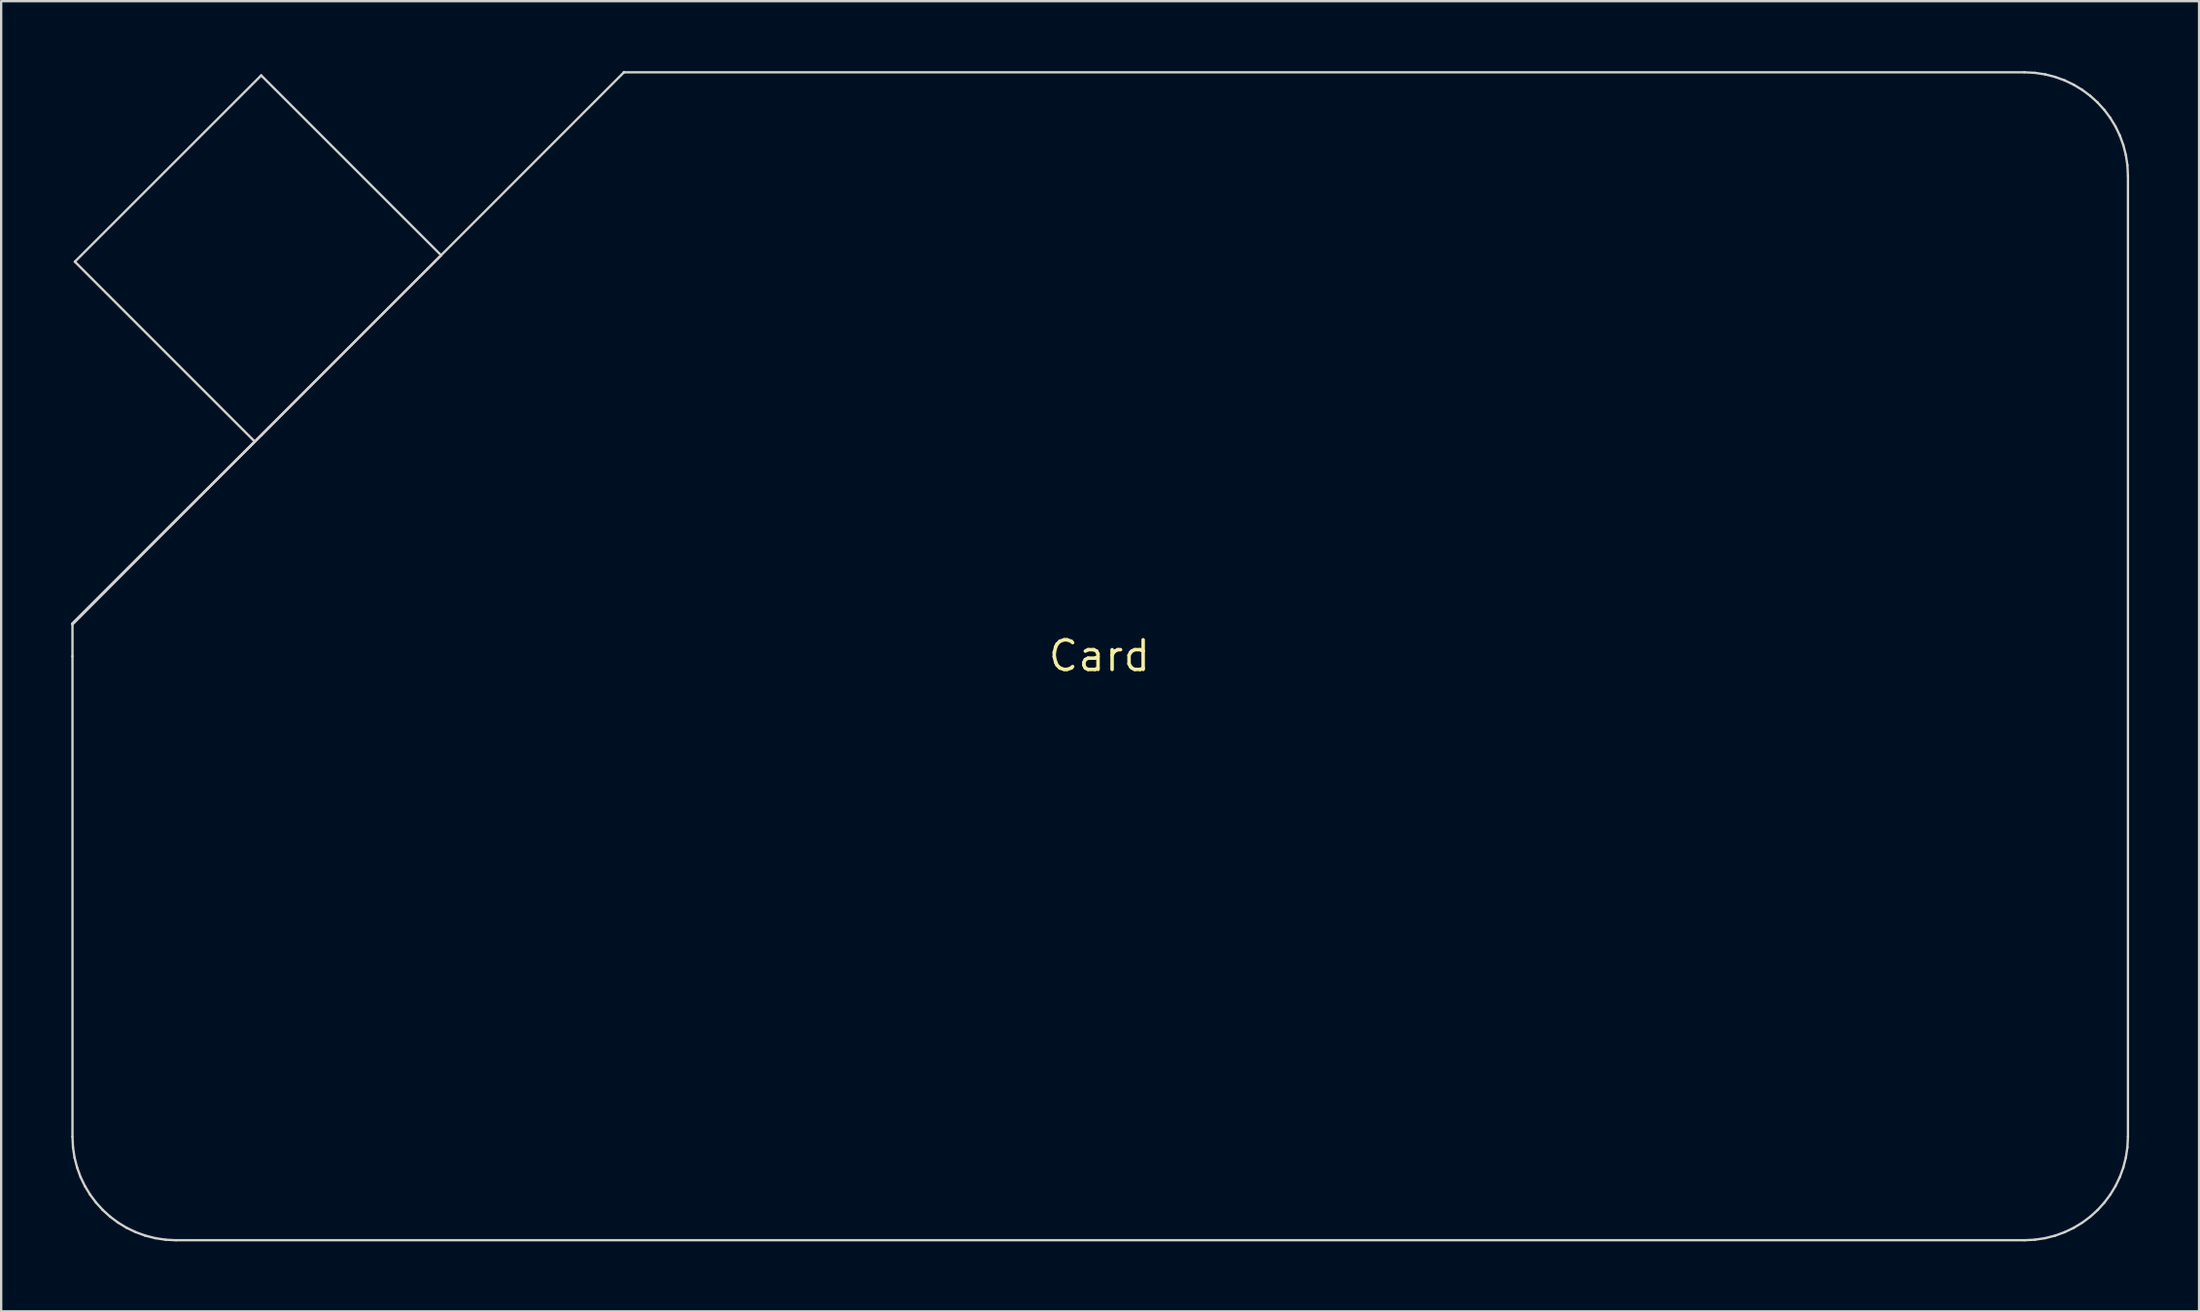
<source format=kicad_pcb>
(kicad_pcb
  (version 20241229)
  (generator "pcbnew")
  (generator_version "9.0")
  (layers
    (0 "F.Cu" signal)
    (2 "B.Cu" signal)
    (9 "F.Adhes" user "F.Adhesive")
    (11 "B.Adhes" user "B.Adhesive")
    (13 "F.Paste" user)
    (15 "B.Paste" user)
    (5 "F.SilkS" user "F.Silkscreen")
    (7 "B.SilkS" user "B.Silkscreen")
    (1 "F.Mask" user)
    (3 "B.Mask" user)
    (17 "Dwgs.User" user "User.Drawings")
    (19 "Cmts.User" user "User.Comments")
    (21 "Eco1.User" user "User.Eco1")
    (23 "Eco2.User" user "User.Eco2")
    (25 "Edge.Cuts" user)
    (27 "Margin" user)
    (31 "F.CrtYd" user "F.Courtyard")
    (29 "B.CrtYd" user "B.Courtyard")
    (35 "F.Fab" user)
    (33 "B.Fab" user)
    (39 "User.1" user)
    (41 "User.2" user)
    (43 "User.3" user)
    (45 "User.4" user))
  (footprint "Card"
    (layer "F.Cu")
    (at 44.08 25.076)
    (property "Reference" "Card" (at 0 0 0) (layer "F.SilkS") (effects (font (size 1.27 1.27) (thickness 0.15))))
    (attr through_hole)
    (fp_line (start -44.03 -1.383) (end -39.535 -5.878) (stroke (width 0.1) (type solid)) (layer "Edge.Cuts"))
    (fp_line (start -44.023 -1.348) (end -36.209 -9.191) (stroke (width 0.1) (type solid)) (layer "Edge.Cuts"))
    (fp_line (start -44.023 0.016) (end -44.023 -1.348) (stroke (width 0.1) (type solid)) (layer "Edge.Cuts"))
    (fp_line (start -44.023 20.617) (end -44.023 0.016) (stroke (width 0.1) (type solid)) (layer "Edge.Cuts"))
    (fp_line (start -44.001 21.072) (end -44.023 20.617) (stroke (width 0.1) (type solid)) (layer "Edge.Cuts"))
    (fp_line (start -43.934 21.514) (end -44.001 21.072) (stroke (width 0.1) (type solid)) (layer "Edge.Cuts"))
    (fp_line (start -43.921 -16.904) (end -35.933 -24.893) (stroke (width 0.1) (type solid)) (layer "Edge.Cuts"))
    (fp_line (start -43.824 21.941) (end -43.934 21.514) (stroke (width 0.1) (type solid)) (layer "Edge.Cuts"))
    (fp_line (start -43.676 22.349) (end -43.824 21.941) (stroke (width 0.1) (type solid)) (layer "Edge.Cuts"))
    (fp_line (start -43.489 22.737) (end -43.676 22.349) (stroke (width 0.1) (type solid)) (layer "Edge.Cuts"))
    (fp_line (start -43.267 23.103) (end -43.489 22.737) (stroke (width 0.1) (type solid)) (layer "Edge.Cuts"))
    (fp_line (start -43.012 23.445) (end -43.267 23.103) (stroke (width 0.1) (type solid)) (layer "Edge.Cuts"))
    (fp_line (start -42.725 23.76) (end -43.012 23.445) (stroke (width 0.1) (type solid)) (layer "Edge.Cuts"))
    (fp_line (start -42.41 24.047) (end -42.725 23.76) (stroke (width 0.1) (type solid)) (layer "Edge.Cuts"))
    (fp_line (start -42.069 24.302) (end -42.41 24.047) (stroke (width 0.1) (type solid)) (layer "Edge.Cuts"))
    (fp_line (start -41.703 24.524) (end -42.069 24.302) (stroke (width 0.1) (type solid)) (layer "Edge.Cuts"))
    (fp_line (start -41.314 24.71) (end -41.703 24.524) (stroke (width 0.1) (type solid)) (layer "Edge.Cuts"))
    (fp_line (start -40.906 24.859) (end -41.314 24.71) (stroke (width 0.1) (type solid)) (layer "Edge.Cuts"))
    (fp_line (start -40.479 24.968) (end -40.906 24.859) (stroke (width 0.1) (type solid)) (layer "Edge.Cuts"))
    (fp_line (start -40.038 25.035) (end -40.479 24.968) (stroke (width 0.1) (type solid)) (layer "Edge.Cuts"))
    (fp_line (start -39.582 25.058) (end -40.038 25.035) (stroke (width 0.1) (type solid)) (layer "Edge.Cuts"))
    (fp_line (start -39.535 -5.878) (end -35.911 -9.472) (stroke (width 0.1) (type solid)) (layer "Edge.Cuts"))
    (fp_line (start -36.209 -9.191) (end -43.921 -16.904) (stroke (width 0.1) (type solid)) (layer "Edge.Cuts"))
    (fp_line (start -35.933 -24.893) (end -28.22 -17.18) (stroke (width 0.1) (type solid)) (layer "Edge.Cuts"))
    (fp_line (start -35.911 -9.472) (end -28.513 -16.888) (stroke (width 0.1) (type solid)) (layer "Edge.Cuts"))
    (fp_line (start -28.513 -16.888) (end -20.384 -25.025) (stroke (width 0.1) (type solid)) (layer "Edge.Cuts"))
    (fp_line (start -28.22 -17.18) (end -44.03 -1.383) (stroke (width 0.1) (type solid)) (layer "Edge.Cuts"))
    (fp_line (start -20.388 -25.026) (end 39.649 -25.026) (stroke (width 0.1) (type solid)) (layer "Edge.Cuts"))
    (fp_line (start -20.384 -25.025) (end -20.388 -25.026) (stroke (width 0.1) (type solid)) (layer "Edge.Cuts"))
    (fp_line (start 39.649 -25.026) (end 40.105 -25.003) (stroke (width 0.1) (type solid)) (layer "Edge.Cuts"))
    (fp_line (start 39.649 25.058) (end -39.582 25.058) (stroke (width 0.1) (type solid)) (layer "Edge.Cuts"))
    (fp_line (start 40.105 -25.003) (end 40.547 -24.936) (stroke (width 0.1) (type solid)) (layer "Edge.Cuts"))
    (fp_line (start 40.105 25.035) (end 39.649 25.058) (stroke (width 0.1) (type solid)) (layer "Edge.Cuts"))
    (fp_line (start 40.547 -24.936) (end 40.973 -24.827) (stroke (width 0.1) (type solid)) (layer "Edge.Cuts"))
    (fp_line (start 40.547 24.968) (end 40.105 25.035) (stroke (width 0.1) (type solid)) (layer "Edge.Cuts"))
    (fp_line (start 40.973 -24.827) (end 41.381 -24.678) (stroke (width 0.1) (type solid)) (layer "Edge.Cuts"))
    (fp_line (start 40.973 24.859) (end 40.547 24.968) (stroke (width 0.1) (type solid)) (layer "Edge.Cuts"))
    (fp_line (start 41.381 -24.678) (end 41.77 -24.491) (stroke (width 0.1) (type solid)) (layer "Edge.Cuts"))
    (fp_line (start 41.381 24.71) (end 40.973 24.859) (stroke (width 0.1) (type solid)) (layer "Edge.Cuts"))
    (fp_line (start 41.77 -24.491) (end 42.136 -24.269) (stroke (width 0.1) (type solid)) (layer "Edge.Cuts"))
    (fp_line (start 41.77 24.524) (end 41.381 24.71) (stroke (width 0.1) (type solid)) (layer "Edge.Cuts"))
    (fp_line (start 42.136 -24.269) (end 42.477 -24.014) (stroke (width 0.1) (type solid)) (layer "Edge.Cuts"))
    (fp_line (start 42.136 24.302) (end 41.77 24.524) (stroke (width 0.1) (type solid)) (layer "Edge.Cuts"))
    (fp_line (start 42.477 -24.014) (end 42.793 -23.728) (stroke (width 0.1) (type solid)) (layer "Edge.Cuts"))
    (fp_line (start 42.477 24.047) (end 42.136 24.302) (stroke (width 0.1) (type solid)) (layer "Edge.Cuts"))
    (fp_line (start 42.793 -23.728) (end 43.079 -23.413) (stroke (width 0.1) (type solid)) (layer "Edge.Cuts"))
    (fp_line (start 42.793 23.76) (end 42.477 24.047) (stroke (width 0.1) (type solid)) (layer "Edge.Cuts"))
    (fp_line (start 43.079 -23.413) (end 43.334 -23.071) (stroke (width 0.1) (type solid)) (layer "Edge.Cuts"))
    (fp_line (start 43.079 23.445) (end 42.793 23.76) (stroke (width 0.1) (type solid)) (layer "Edge.Cuts"))
    (fp_line (start 43.334 -23.071) (end 43.556 -22.705) (stroke (width 0.1) (type solid)) (layer "Edge.Cuts"))
    (fp_line (start 43.334 23.103) (end 43.079 23.445) (stroke (width 0.1) (type solid)) (layer "Edge.Cuts"))
    (fp_line (start 43.556 -22.705) (end 43.743 -22.316) (stroke (width 0.1) (type solid)) (layer "Edge.Cuts"))
    (fp_line (start 43.556 22.737) (end 43.334 23.103) (stroke (width 0.1) (type solid)) (layer "Edge.Cuts"))
    (fp_line (start 43.743 -22.316) (end 43.892 -21.908) (stroke (width 0.1) (type solid)) (layer "Edge.Cuts"))
    (fp_line (start 43.743 22.349) (end 43.556 22.737) (stroke (width 0.1) (type solid)) (layer "Edge.Cuts"))
    (fp_line (start 43.892 -21.908) (end 44.001 -21.482) (stroke (width 0.1) (type solid)) (layer "Edge.Cuts"))
    (fp_line (start 43.892 21.941) (end 43.743 22.349) (stroke (width 0.1) (type solid)) (layer "Edge.Cuts"))
    (fp_line (start 44.001 -21.482) (end 44.068 -21.04) (stroke (width 0.1) (type solid)) (layer "Edge.Cuts"))
    (fp_line (start 44.001 21.514) (end 43.892 21.941) (stroke (width 0.1) (type solid)) (layer "Edge.Cuts"))
    (fp_line (start 44.068 -21.04) (end 44.091 -20.585) (stroke (width 0.1) (type solid)) (layer "Edge.Cuts"))
    (fp_line (start 44.068 21.072) (end 44.001 21.514) (stroke (width 0.1) (type solid)) (layer "Edge.Cuts"))
    (fp_line (start 44.091 -20.585) (end 44.091 20.617) (stroke (width 0.1) (type solid)) (layer "Edge.Cuts"))
    (fp_line (start 44.091 20.617) (end 44.068 21.072) (stroke (width 0.1) (type solid)) (layer "Edge.Cuts")))
  (gr_rect
    (start -3 -3)
    (end 91.22 53.184)
    (stroke (width 0.1) (type default))
    (fill no)
    (layer "Edge.Cuts")))
</source>
